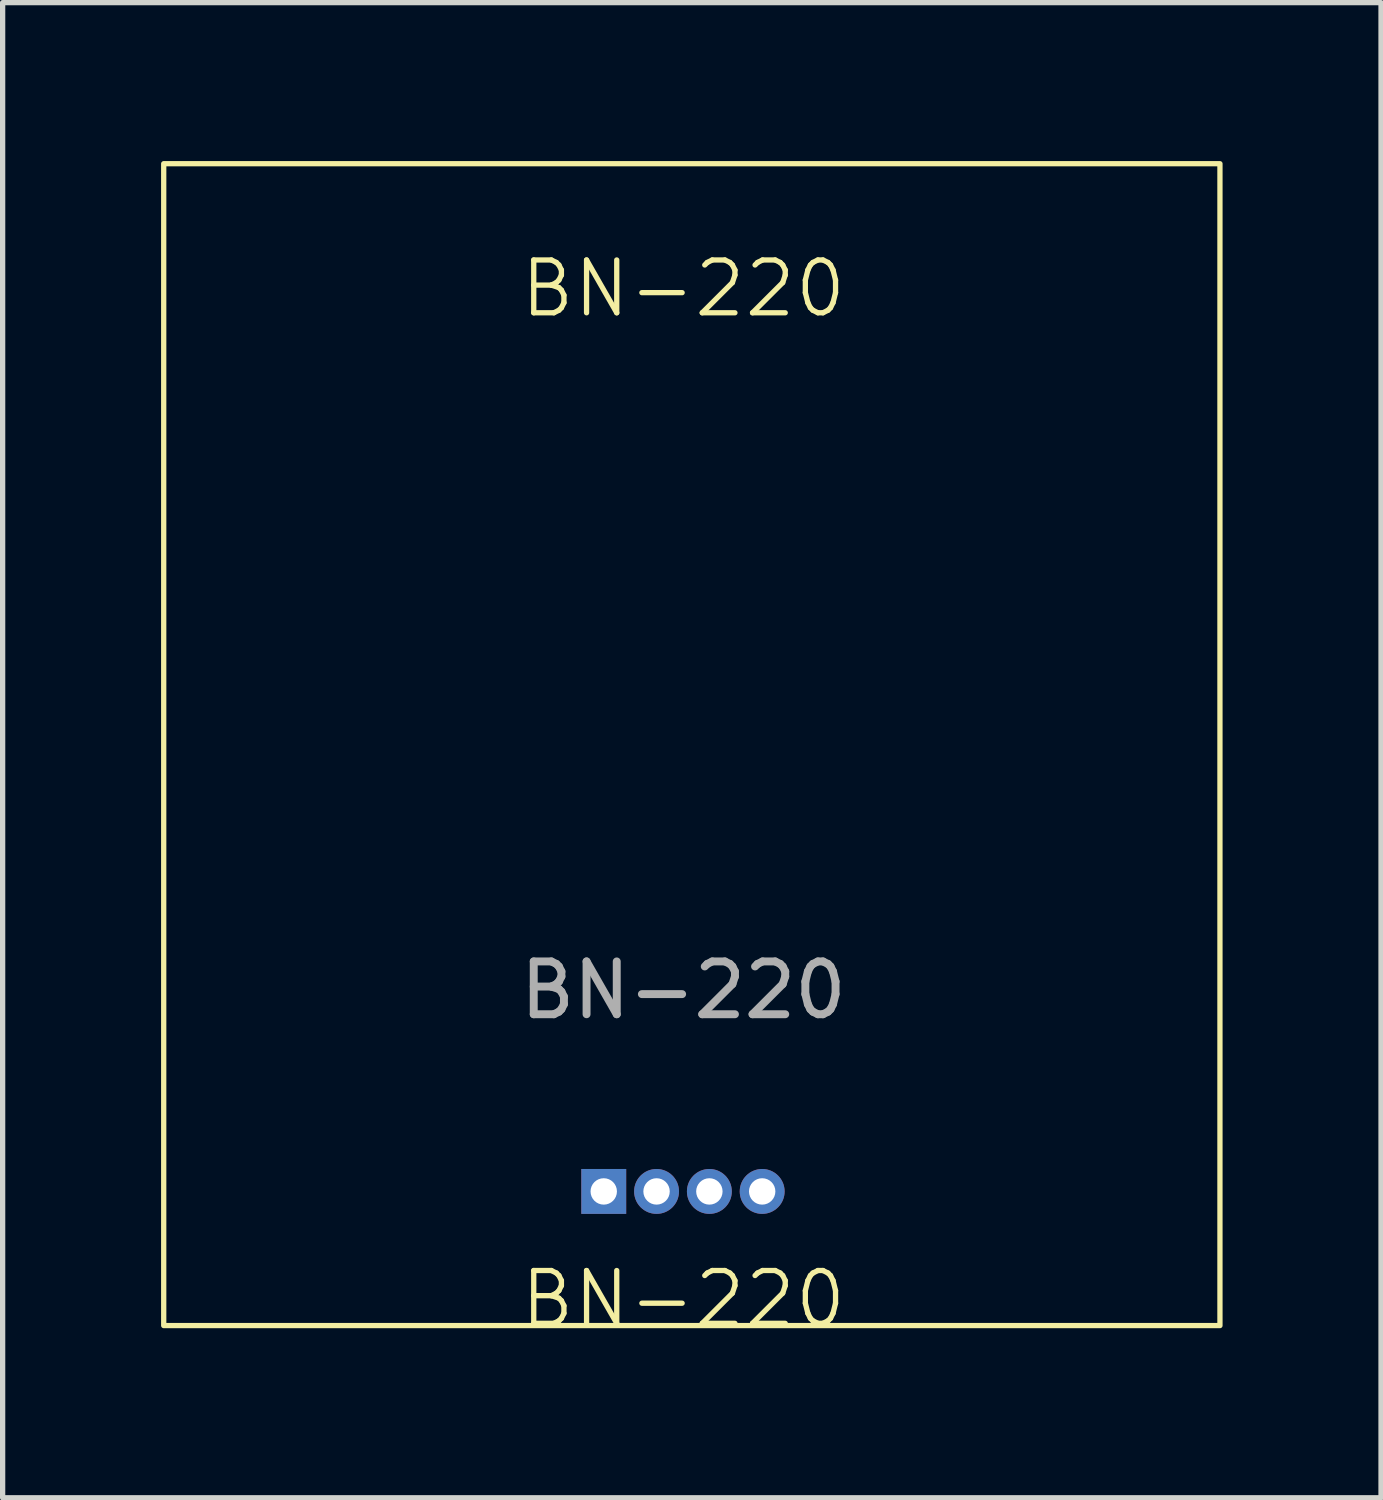
<source format=kicad_pcb>
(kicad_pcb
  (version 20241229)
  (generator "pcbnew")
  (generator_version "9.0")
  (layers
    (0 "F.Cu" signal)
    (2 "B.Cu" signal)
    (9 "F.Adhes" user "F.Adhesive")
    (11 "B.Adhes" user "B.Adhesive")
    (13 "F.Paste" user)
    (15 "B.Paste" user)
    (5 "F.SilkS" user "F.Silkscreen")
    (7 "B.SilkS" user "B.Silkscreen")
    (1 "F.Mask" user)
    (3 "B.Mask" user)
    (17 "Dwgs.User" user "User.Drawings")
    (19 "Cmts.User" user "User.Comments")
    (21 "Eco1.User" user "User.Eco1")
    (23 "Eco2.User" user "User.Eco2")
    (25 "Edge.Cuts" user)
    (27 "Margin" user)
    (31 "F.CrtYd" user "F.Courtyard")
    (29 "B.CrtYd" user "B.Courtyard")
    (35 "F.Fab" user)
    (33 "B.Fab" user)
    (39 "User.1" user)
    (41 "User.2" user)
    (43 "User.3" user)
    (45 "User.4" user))
  (footprint "BN-220"
    (layer "F.Cu")
    (at 9.89 22.05)
    (property "Reference" "BN-220" (at 0 -0.5 0) (unlocked yes) (layer "F.SilkS") (effects (font (size 1 1) (thickness 0.1))))
    (attr through_hole)
    (fp_rect (start -9.84 -22) (end 10.16 0) (stroke (width 0.1) (type default)) (fill no) (layer "F.SilkS"))
    (fp_text user "BN-220" (at 0 -19.05 0) (unlocked yes) (layer "F.SilkS") (effects (font (size 1 1) (thickness 0.1)) (justify bottom)))
    (fp_text user "${REFERENCE}" (at 0 -6.35 0) (unlocked yes) (layer "F.Fab") (effects (font (size 1 1) (thickness 0.15))))
    (pad "1" thru_hole rect (at -1.508 -2.54 90) (size 0.85 0.85) (drill 0.5) (layers "*.Cu" "*.Mask"))
    (pad "2" thru_hole oval (at -0.508 -2.54 90) (size 0.85 0.85) (drill 0.5) (layers "*.Cu" "*.Mask"))
    (pad "3" thru_hole oval (at 0.492 -2.54 90) (size 0.85 0.85) (drill 0.5) (layers "*.Cu" "*.Mask"))
    (pad "4" thru_hole oval (at 1.492 -2.54 90) (size 0.85 0.85) (drill 0.5) (layers "*.Cu" "*.Mask")))
  (gr_rect
    (start -3 -3)
    (end 23.1 25.311)
    (stroke (width 0.1) (type default))
    (fill no)
    (layer "Edge.Cuts")))
</source>
